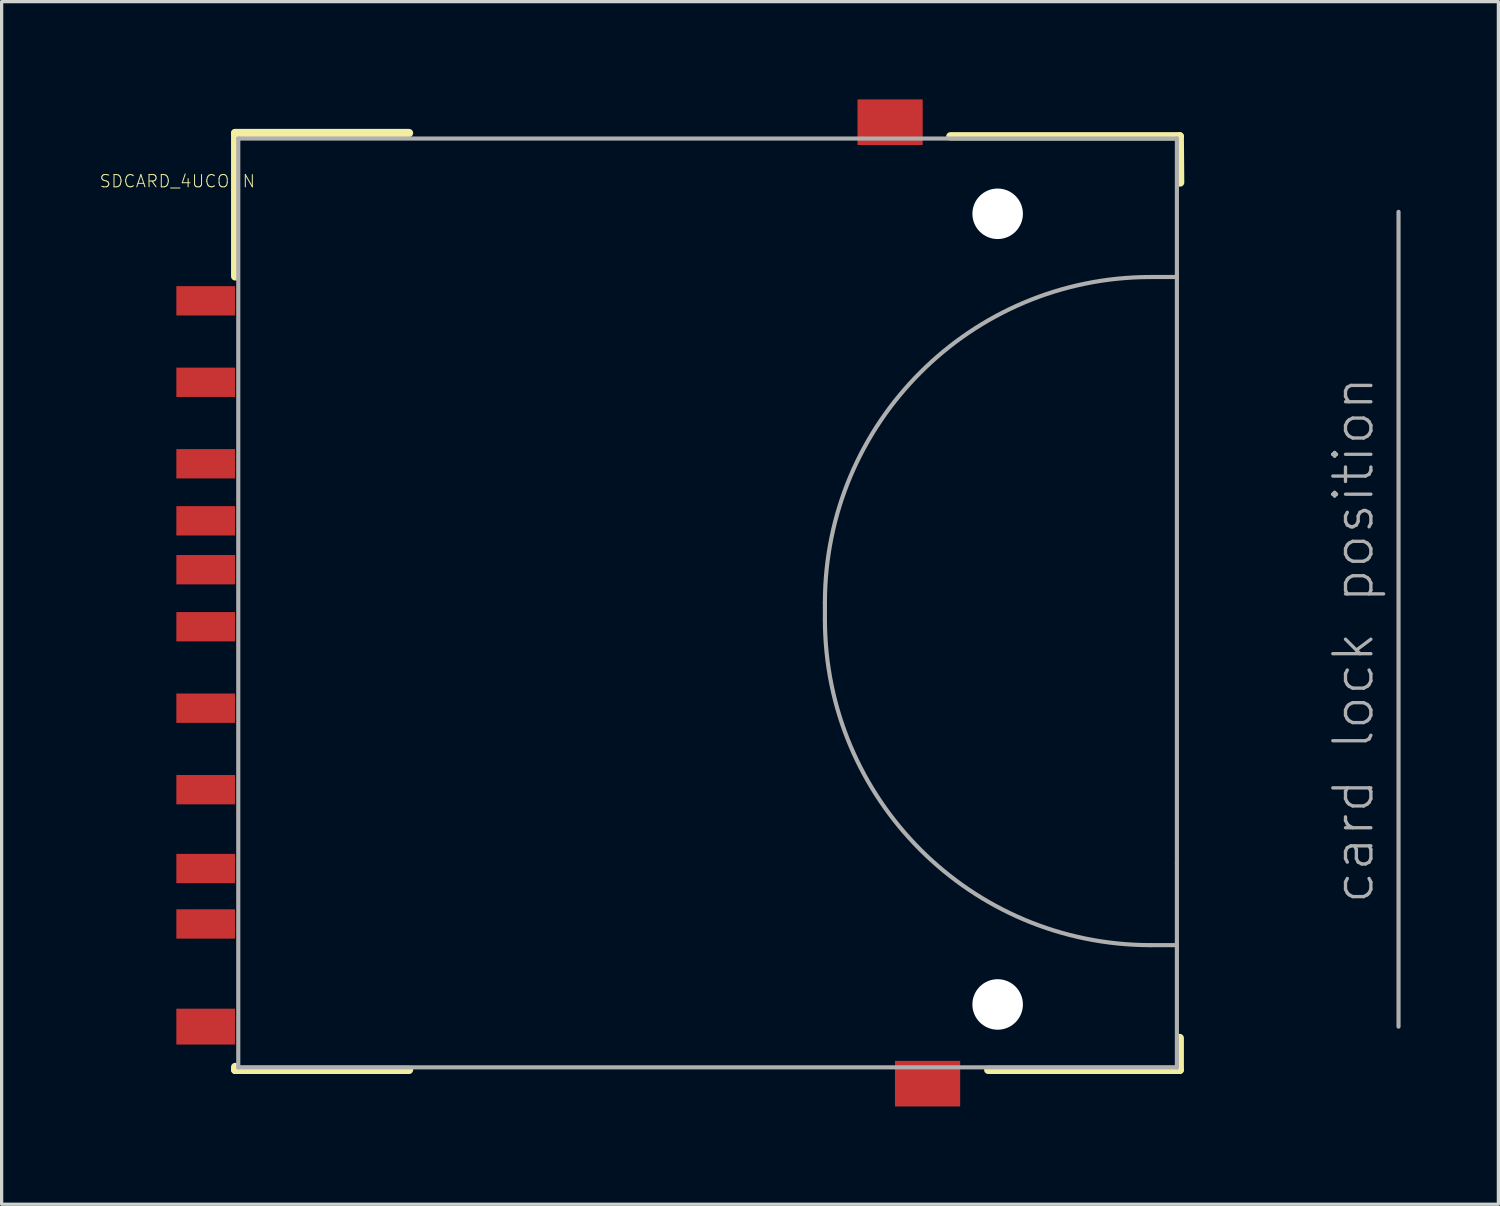
<source format=kicad_pcb>
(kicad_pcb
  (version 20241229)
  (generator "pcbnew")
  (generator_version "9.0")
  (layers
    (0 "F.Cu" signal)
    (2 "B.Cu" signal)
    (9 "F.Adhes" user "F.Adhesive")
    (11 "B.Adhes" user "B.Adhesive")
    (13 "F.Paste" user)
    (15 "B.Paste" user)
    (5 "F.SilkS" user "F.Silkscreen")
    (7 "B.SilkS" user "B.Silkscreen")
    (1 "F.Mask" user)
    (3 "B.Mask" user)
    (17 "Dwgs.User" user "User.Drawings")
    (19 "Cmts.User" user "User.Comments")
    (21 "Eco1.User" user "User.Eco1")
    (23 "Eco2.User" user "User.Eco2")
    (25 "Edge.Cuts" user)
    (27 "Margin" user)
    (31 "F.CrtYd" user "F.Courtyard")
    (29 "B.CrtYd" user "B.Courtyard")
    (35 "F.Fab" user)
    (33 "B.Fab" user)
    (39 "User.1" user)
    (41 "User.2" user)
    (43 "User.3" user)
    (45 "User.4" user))
  (footprint "SDCARD_4UCONN"
    (layer "F.Cu")
    (at 4.261 15.45)
    (property "Reference" "SDCARD_4UCONN" (at 0.54 -12.94 180) (layer "F.SilkS") (effects (font (size 0.376 0.376) (thickness 0.03)) (justify right)))
    (fp_line (start -0.095 -14.418) (end 5.239 -14.418) (stroke (width 0.254) (type solid)) (layer "F.SilkS"))
    (fp_line (start -0.095 -10.019) (end -0.095 -14.418) (stroke (width 0.254) (type solid)) (layer "F.SilkS"))
    (fp_line (start -0.095 14.238) (end -0.095 14.327) (stroke (width 0.254) (type solid)) (layer "F.SilkS"))
    (fp_line (start -0.095 14.327) (end 5.239 14.327) (stroke (width 0.254) (type solid)) (layer "F.SilkS"))
    (fp_line (start 21.849 -14.318) (end 28.888 -14.318) (stroke (width 0.254) (type solid)) (layer "F.SilkS"))
    (fp_line (start 23.011 14.327) (end 28.888 14.327) (stroke (width 0.254) (type solid)) (layer "F.SilkS"))
    (fp_line (start 28.888 -14.318) (end 28.9 -12.9) (stroke (width 0.254) (type solid)) (layer "F.SilkS"))
    (fp_line (start 28.888 14.327) (end 28.888 13.349) (stroke (width 0.254) (type solid)) (layer "F.SilkS"))
    (fp_line (start 0 -14.25) (end 28.8 -14.25) (stroke (width 0.127) (type solid)) (layer "F.Fab"))
    (fp_line (start 0 14.25) (end 0 -14.25) (stroke (width 0.127) (type solid)) (layer "F.Fab"))
    (fp_line (start 18 0) (end 18 0.5) (stroke (width 0.127) (type solid)) (layer "F.Fab"))
    (fp_line (start 28 10.5) (end 28.8 10.5) (stroke (width 0.127) (type solid)) (layer "F.Fab"))
    (fp_line (start 28.8 -14.25) (end 28.8 -10) (stroke (width 0.127) (type solid)) (layer "F.Fab"))
    (fp_line (start 28.8 -10) (end 28 -10) (stroke (width 0.127) (type solid)) (layer "F.Fab"))
    (fp_line (start 28.8 -10) (end 28.8 8) (stroke (width 0.127) (type solid)) (layer "F.Fab"))
    (fp_line (start 28.8 8) (end 28.8 10.5) (stroke (width 0.127) (type solid)) (layer "F.Fab"))
    (fp_line (start 28.8 10.5) (end 28.8 14.25) (stroke (width 0.127) (type solid)) (layer "F.Fab"))
    (fp_line (start 28.8 14.25) (end 0 14.25) (stroke (width 0.127) (type solid)) (layer "F.Fab"))
    (fp_line (start 35.6 -12) (end 35.6 13) (stroke (width 0.127) (type solid)) (layer "F.Fab"))
    (fp_arc (start 18 0) (mid 20.928932 -7.071068) (end 28 -10) (stroke (width 0.127) (type solid)) (layer "F.Fab"))
    (fp_arc (start 28 10.5) (mid 20.928931 7.571068) (end 17.999999 0.499999) (stroke (width 0.127) (type solid)) (layer "F.Fab"))
    (fp_text user "card lock position" (at 34.9 9.3 90) (layer "F.Fab") (effects (font (size 1.168 1.168) (thickness 0.102)) (justify left bottom)))
    (pad "" np_thru_hole circle (at 23.3 -11.94) (size 1.55 1.55) (drill 1.55) (layers "*.Cu" "*.Mask"))
    (pad "" np_thru_hole circle (at 23.3 12.32) (size 1.55 1.55) (drill 1.55) (layers "*.Cu" "*.Mask"))
    (pad "1" smd rect (at -1 -6.77) (size 1.8 0.9) (layers "F.Cu" "F.Mask" "F.Paste"))
    (pad "2" smd rect (at -1 -4.27) (size 1.8 0.9) (layers "F.Cu" "F.Mask" "F.Paste"))
    (pad "3" smd rect (at -1 -2.52) (size 1.8 0.9) (layers "F.Cu" "F.Mask" "F.Paste"))
    (pad "4" smd rect (at -1 0.73) (size 1.8 0.9) (layers "F.Cu" "F.Mask" "F.Paste"))
    (pad "5" smd rect (at -1 3.23) (size 1.8 0.9) (layers "F.Cu" "F.Mask" "F.Paste"))
    (pad "6" smd rect (at -1 5.73) (size 1.8 0.9) (layers "F.Cu" "F.Mask" "F.Paste"))
    (pad "7" smd rect (at -1 8.15) (size 1.8 0.9) (layers "F.Cu" "F.Mask" "F.Paste"))
    (pad "8" smd rect (at -1 9.85) (size 1.8 0.9) (layers "F.Cu" "F.Mask" "F.Paste"))
    (pad "9" smd rect (at -1 -9.27) (size 1.8 0.9) (layers "F.Cu" "F.Mask" "F.Paste"))
    (pad "10" smd rect (at -1 -1.02) (size 1.8 0.9) (layers "F.Cu" "F.Mask" "F.Paste"))
    (pad "11" smd rect (at -1 13) (size 1.8 1.1) (layers "F.Cu" "F.Mask" "F.Paste"))
    (pad "12" smd rect (at 20 -14.75) (size 2 1.4) (layers "F.Cu" "F.Mask" "F.Paste"))
    (pad "13" smd rect (at 21.15 14.75) (size 2 1.4) (layers "F.Cu" "F.Mask" "F.Paste")))
  (gr_rect
    (start -3 -3)
    (end 42.925 33.9)
    (stroke (width 0.1) (type default))
    (fill no)
    (layer "Edge.Cuts")))
</source>
